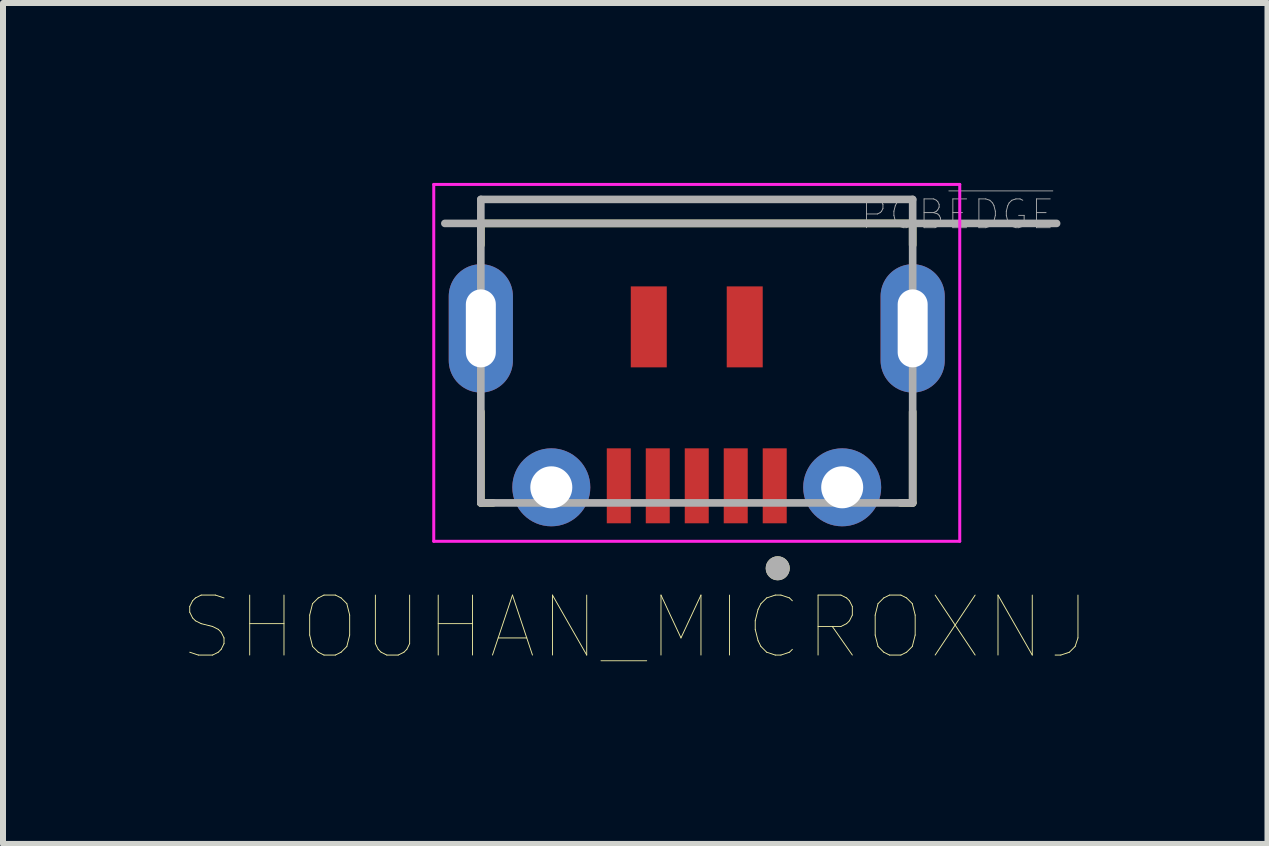
<source format=kicad_pcb>
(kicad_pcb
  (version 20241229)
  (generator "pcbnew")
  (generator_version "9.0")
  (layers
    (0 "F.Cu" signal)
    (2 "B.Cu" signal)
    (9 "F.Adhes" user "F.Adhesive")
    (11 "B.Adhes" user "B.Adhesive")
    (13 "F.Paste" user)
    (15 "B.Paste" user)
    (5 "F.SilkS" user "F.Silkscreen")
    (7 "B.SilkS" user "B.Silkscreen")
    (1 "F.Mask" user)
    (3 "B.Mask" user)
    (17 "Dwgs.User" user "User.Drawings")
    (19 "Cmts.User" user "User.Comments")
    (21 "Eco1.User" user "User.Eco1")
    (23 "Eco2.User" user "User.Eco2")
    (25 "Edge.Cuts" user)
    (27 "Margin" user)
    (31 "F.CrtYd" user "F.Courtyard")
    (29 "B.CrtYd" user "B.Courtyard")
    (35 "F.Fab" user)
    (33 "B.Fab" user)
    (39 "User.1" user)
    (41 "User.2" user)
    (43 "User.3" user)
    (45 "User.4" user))
  (footprint "SHOUHAN_MICROXNJ"
    (layer "F.Cu")
    (at 8.567 0.675)
    (property "Reference" "SHOUHAN_MICROXNJ" (at -1.025 6.735 0) (layer "F.SilkS") (effects (font (size 1 1) (thickness 0.015))))
    (attr through_hole)
    (fp_line (start -3.6 0) (end 3.6 0) (stroke (width 0.127) (type solid)) (layer "F.SilkS"))
    (fp_line (start -3.6 0.36) (end -3.6 0) (stroke (width 0.127) (type solid)) (layer "F.SilkS"))
    (fp_line (start -3.6 3.14) (end -3.6 4.66) (stroke (width 0.127) (type solid)) (layer "F.SilkS"))
    (fp_line (start -3.6 4.66) (end -3.395 4.66) (stroke (width 0.127) (type solid)) (layer "F.SilkS"))
    (fp_line (start 3.6 0) (end 3.6 0.36) (stroke (width 0.127) (type solid)) (layer "F.SilkS"))
    (fp_line (start 3.6 3.14) (end 3.6 4.66) (stroke (width 0.127) (type solid)) (layer "F.SilkS"))
    (fp_line (start 3.6 4.66) (end 3.395 4.66) (stroke (width 0.127) (type solid)) (layer "F.SilkS"))
    (fp_circle (center 1.35 5.75) (end 1.45 5.75) (stroke (width 0.2) (type solid)) (fill no) (layer "F.SilkS"))
    (fp_line (start -4.385 -0.65) (end 4.385 -0.65) (stroke (width 0.05) (type solid)) (layer "F.CrtYd"))
    (fp_line (start -4.385 5.3) (end -4.385 -0.65) (stroke (width 0.05) (type solid)) (layer "F.CrtYd"))
    (fp_line (start 4.385 -0.65) (end 4.385 5.3) (stroke (width 0.05) (type solid)) (layer "F.CrtYd"))
    (fp_line (start 4.385 5.3) (end -4.385 5.3) (stroke (width 0.05) (type solid)) (layer "F.CrtYd"))
    (fp_line (start -4.2 0) (end 6 0) (stroke (width 0.127) (type solid)) (layer "F.Fab"))
    (fp_line (start -3.6 -0.4) (end 3.6 -0.4) (stroke (width 0.127) (type solid)) (layer "F.Fab"))
    (fp_line (start -3.6 4.66) (end -3.6 -0.4) (stroke (width 0.127) (type solid)) (layer "F.Fab"))
    (fp_line (start 3.6 -0.4) (end 3.6 4.66) (stroke (width 0.127) (type solid)) (layer "F.Fab"))
    (fp_line (start 3.6 4.66) (end -3.6 4.66) (stroke (width 0.127) (type solid)) (layer "F.Fab"))
    (fp_circle (center 1.35 5.75) (end 1.45 5.75) (stroke (width 0.2) (type solid)) (fill no) (layer "F.Fab"))
    (fp_text user "PCB~{EDGE}" (at 4.35 -0.15 0) (layer "F.Fab") (effects (font (size 0.48 0.48) (thickness 0.015))))
    (pad "1" smd rect (at 1.3 4.375) (size 0.4 1.25) (layers "F.Cu" "F.Mask" "F.Paste"))
    (pad "2" smd rect (at 0.65 4.375) (size 0.4 1.25) (layers "F.Cu" "F.Mask" "F.Paste"))
    (pad "3" smd rect (at 0 4.375) (size 0.4 1.25) (layers "F.Cu" "F.Mask" "F.Paste"))
    (pad "4" smd rect (at -0.65 4.375) (size 0.4 1.25) (layers "F.Cu" "F.Mask" "F.Paste"))
    (pad "5" smd rect (at -1.3 4.375) (size 0.4 1.25) (layers "F.Cu" "F.Mask" "F.Paste"))
    (pad "S1" smd rect (at -0.8 1.725) (size 0.6 1.35) (layers "F.Cu" "F.Mask" "F.Paste"))
    (pad "S2" smd rect (at 0.8 1.725) (size 0.6 1.35) (layers "F.Cu" "F.Mask" "F.Paste"))
    (pad "S3" thru_hole oval (at -3.6 1.75) (size 1.07 2.14) (drill oval 0.5 1.3) (layers "*.Cu" "*.Mask"))
    (pad "S4" thru_hole circle (at -2.425 4.4) (size 1.3 1.3) (drill 0.7) (layers "*.Cu" "*.Mask"))
    (pad "S5" thru_hole circle (at 2.425 4.4) (size 1.3 1.3) (drill 0.7) (layers "*.Cu" "*.Mask"))
    (pad "S6" thru_hole oval (at 3.6 1.75) (size 1.07 2.14) (drill oval 0.5 1.3) (layers "*.Cu" "*.Mask")))
  (gr_rect
    (start -3 -3)
    (end 18.083 11.021)
    (stroke (width 0.1) (type default))
    (fill no)
    (layer "Edge.Cuts")))
</source>
